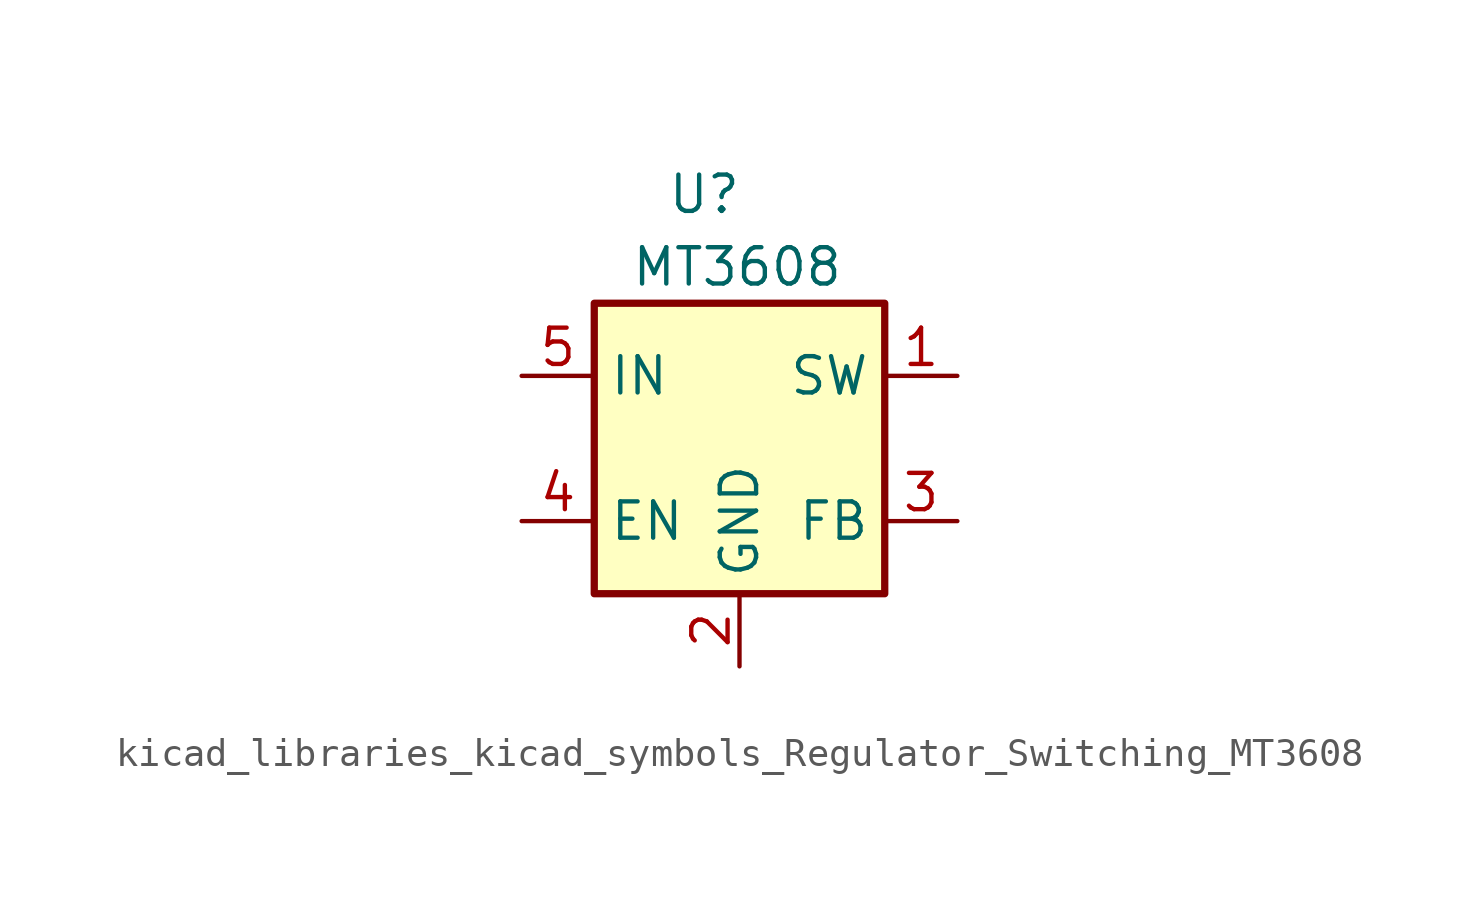
<source format=kicad_sym>
(kicad_symbol_lib
  (version 20220914)
  (generator kicad_symbol_editor)
  (symbol "kicad_libraries_kicad_symbols_Regulator_Switching_MT3608"
    (property "Reference" "U"
      (at -2.54 8.89 0)
      (effects (font (size 1.27 1.27)) (justify left)))
    (property "Value" "MT3608"
      (at -3.81 6.35 0)
      (effects (font (size 1.27 1.27)) (justify left)))
    (symbol "kicad_libraries_kicad_symbols_Regulator_Switching_MT3608_0_1"
      (rectangle (start -5.08 5.08) (end 5.08 -5.08) (stroke (width 0.254) (type default)) (fill (type background))))
    (symbol "kicad_libraries_kicad_symbols_Regulator_Switching_MT3608_1_1"
      (pin passive line (at 7.62 2.54 180) (length 2.54) (name "SW" (effects (font (size 1.27 1.27)))) (number "1" (effects (font (size 1.27 1.27)))))
      (pin power_in line (at 0 -7.62 90) (length 2.54) (name "GND" (effects (font (size 1.27 1.27)))) (number "2" (effects (font (size 1.27 1.27)))))
      (pin input line (at 7.62 -2.54 180) (length 2.54) (name "FB" (effects (font (size 1.27 1.27)))) (number "3" (effects (font (size 1.27 1.27)))))
      (pin input line (at -7.62 -2.54 0) (length 2.54) (name "EN" (effects (font (size 1.27 1.27)))) (number "4" (effects (font (size 1.27 1.27)))))
      (pin power_in line (at -7.62 2.54 0) (length 2.54) (name "IN" (effects (font (size 1.27 1.27)))) (number "5" (effects (font (size 1.27 1.27)))))
      (pin no_connect line (at 5.08 0 180) (length 2.54) hide (name "NC" (effects (font (size 1.27 1.27)))) (number "6" (effects (font (size 1.27 1.27))))))))
</source>
